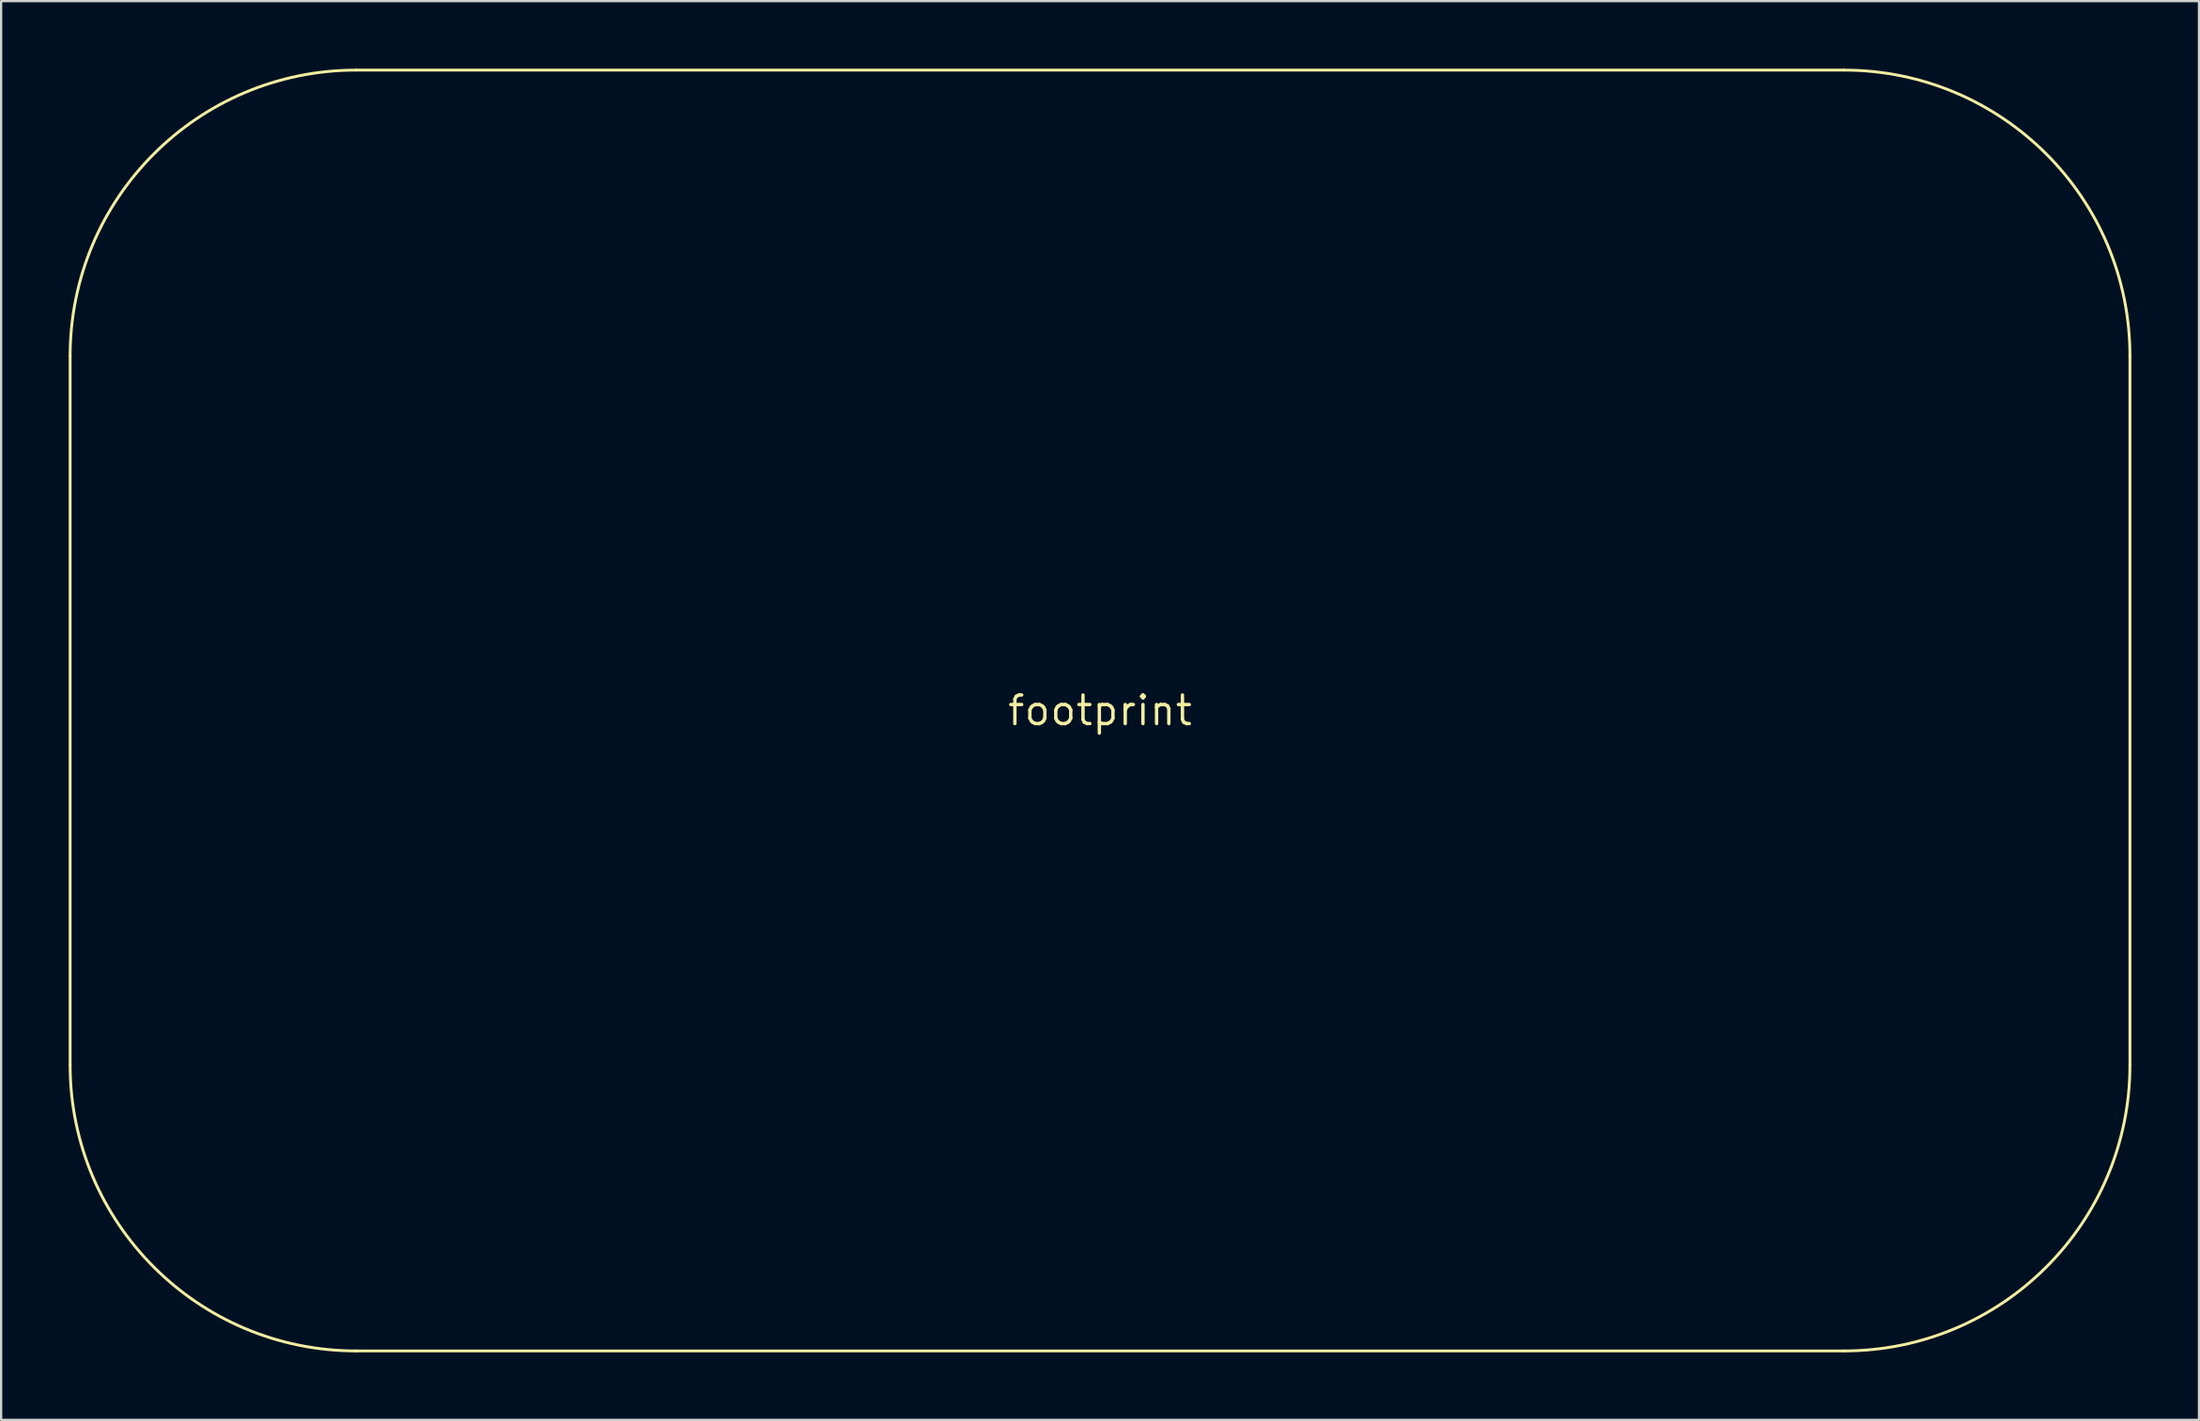
<source format=kicad_pcb>
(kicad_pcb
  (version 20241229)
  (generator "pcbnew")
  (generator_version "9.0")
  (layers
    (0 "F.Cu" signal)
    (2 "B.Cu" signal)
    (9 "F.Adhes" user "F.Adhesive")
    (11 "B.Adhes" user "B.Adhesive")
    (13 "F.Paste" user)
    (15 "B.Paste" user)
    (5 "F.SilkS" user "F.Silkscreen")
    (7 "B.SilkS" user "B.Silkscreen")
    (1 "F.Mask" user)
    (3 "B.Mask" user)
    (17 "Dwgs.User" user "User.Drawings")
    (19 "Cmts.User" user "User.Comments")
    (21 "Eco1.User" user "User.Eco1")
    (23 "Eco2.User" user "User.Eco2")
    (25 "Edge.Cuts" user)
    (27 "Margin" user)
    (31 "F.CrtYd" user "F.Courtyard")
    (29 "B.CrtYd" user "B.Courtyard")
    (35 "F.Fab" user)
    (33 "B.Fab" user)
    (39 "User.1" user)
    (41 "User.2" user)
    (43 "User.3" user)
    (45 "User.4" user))
  (footprint "footprint"
    (layer "F.Cu")
    (at 45.783 28.512)
    (property "Reference" "footprint" (at 0 0 0) (layer "F.SilkS") (effects (font (size 1.27 1.27) (thickness 0.15))))
    (fp_line (start -45.72 -15.748) (end -45.72 15.748) (stroke (width 0.127) (type solid)) (layer "F.SilkS"))
    (fp_line (start -33.02 28.448) (end 33.02 28.448) (stroke (width 0.127) (type solid)) (layer "F.SilkS"))
    (fp_line (start 33.02 -28.448) (end -33.02 -28.448) (stroke (width 0.127) (type solid)) (layer "F.SilkS"))
    (fp_line (start 45.72 15.748) (end 45.72 -15.748) (stroke (width 0.127) (type solid)) (layer "F.SilkS"))
    (fp_arc (start -45.72 -15.748) (mid -42.000256 -24.728256) (end -33.02 -28.448) (stroke (width 0.127) (type solid)) (layer "F.SilkS"))
    (fp_arc (start -33.02 28.448) (mid -42.000256 24.728256) (end -45.72 15.748) (stroke (width 0.127) (type solid)) (layer "F.SilkS"))
    (fp_arc (start 33.02 -28.448) (mid 42.000256 -24.728256) (end 45.72 -15.748) (stroke (width 0.127) (type solid)) (layer "F.SilkS"))
    (fp_arc (start 45.72 15.748) (mid 42.000256 24.728256) (end 33.02 28.448) (stroke (width 0.127) (type solid)) (layer "F.SilkS")))
  (gr_rect
    (start -3 -3)
    (end 94.567 60.023)
    (stroke (width 0.1) (type default))
    (fill no)
    (layer "Edge.Cuts")))
</source>
